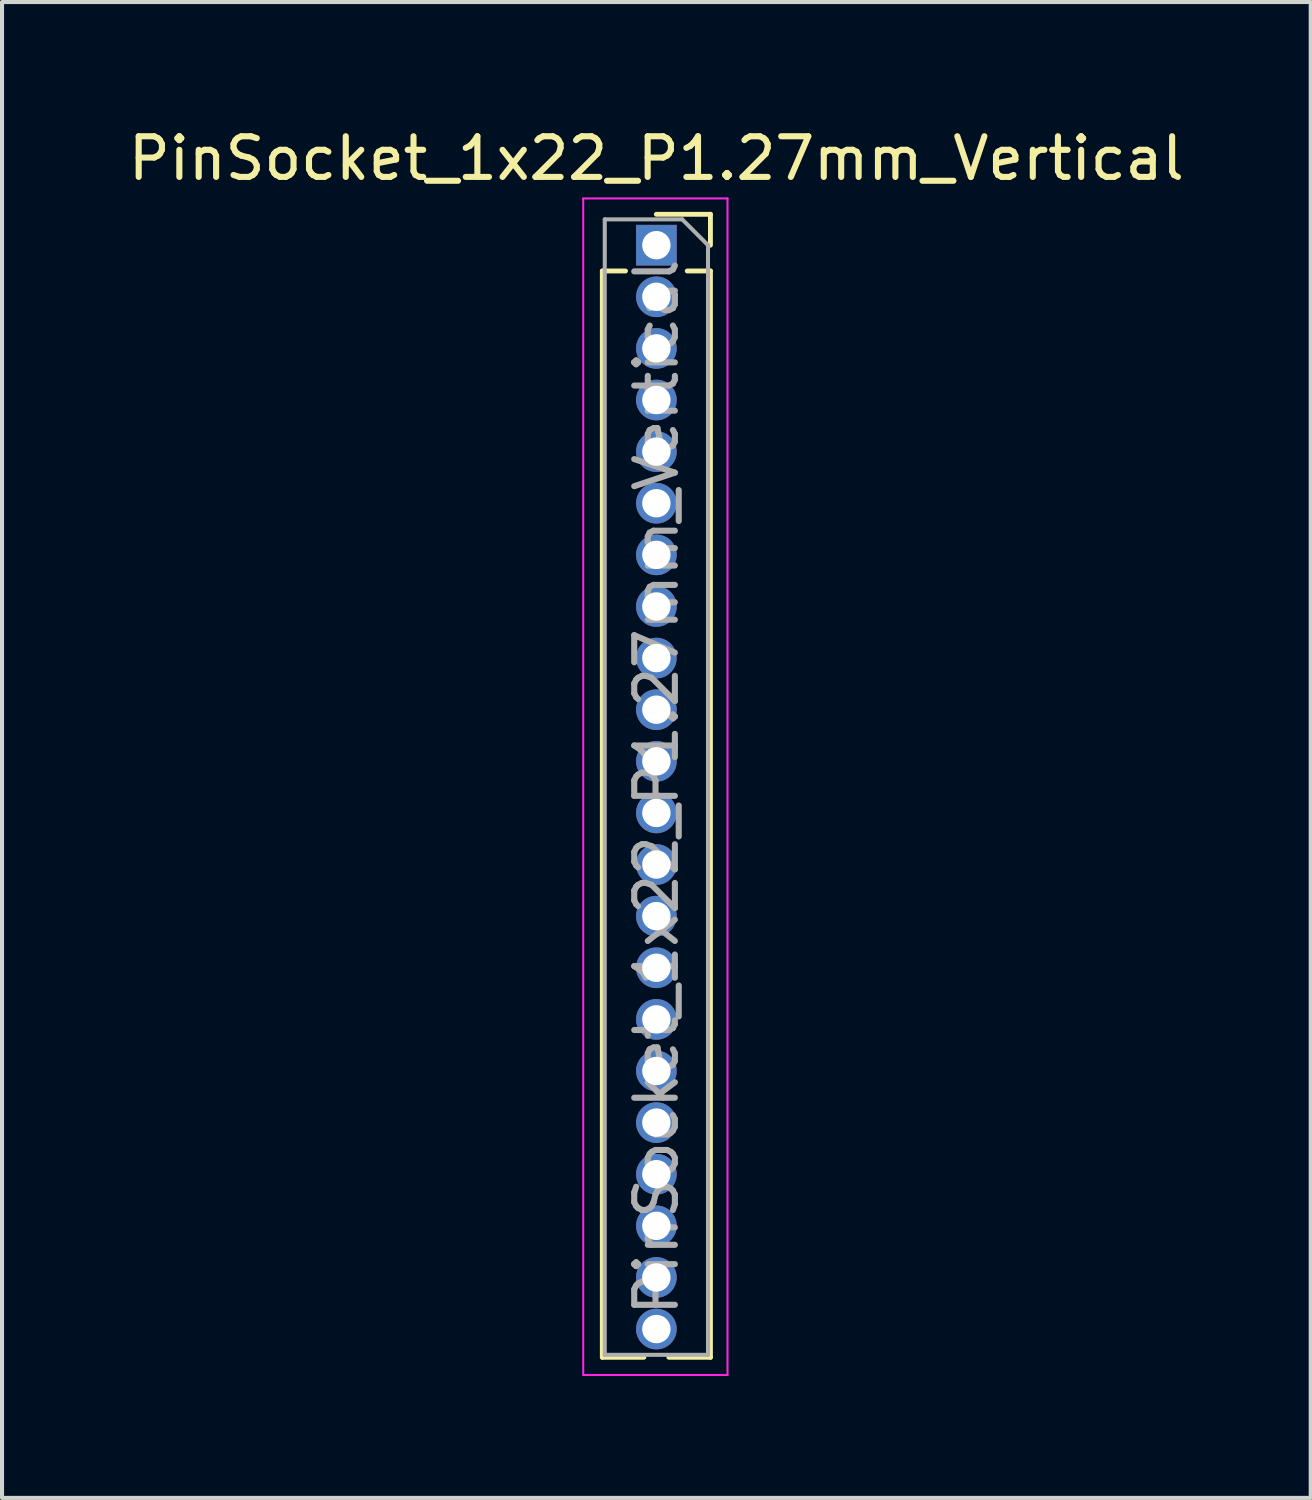
<source format=kicad_pcb>
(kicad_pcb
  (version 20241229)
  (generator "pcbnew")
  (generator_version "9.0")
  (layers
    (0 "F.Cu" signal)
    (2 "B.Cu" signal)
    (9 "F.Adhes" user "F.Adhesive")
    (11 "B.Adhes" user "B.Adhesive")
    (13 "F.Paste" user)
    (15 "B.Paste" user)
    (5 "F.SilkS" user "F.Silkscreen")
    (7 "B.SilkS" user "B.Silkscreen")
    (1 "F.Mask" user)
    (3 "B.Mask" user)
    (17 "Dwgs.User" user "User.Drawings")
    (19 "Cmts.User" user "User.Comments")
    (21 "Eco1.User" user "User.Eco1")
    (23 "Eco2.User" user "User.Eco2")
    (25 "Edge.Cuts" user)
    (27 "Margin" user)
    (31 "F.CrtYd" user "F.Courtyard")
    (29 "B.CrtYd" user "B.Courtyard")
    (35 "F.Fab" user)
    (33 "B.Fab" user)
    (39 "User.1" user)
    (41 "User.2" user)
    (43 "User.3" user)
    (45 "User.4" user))
  (footprint "PinSocket_1x22_P1.27mm_Vertical"
    (layer "F.Cu")
    (at 13.101 2.983)
    (property "Reference" "PinSocket_1x22_P1.27mm_Vertical" (at 0 -2.135 0) (layer "F.SilkS") (effects (font (size 1 1) (thickness 0.15))))
    (attr through_hole)
    (fp_line (start -1.33 0.635) (end -1.33 27.365) (stroke (width 0.12) (type solid)) (layer "F.SilkS"))
    (fp_line (start -1.33 0.635) (end -0.76 0.635) (stroke (width 0.12) (type solid)) (layer "F.SilkS"))
    (fp_line (start -1.33 27.365) (end -0.308 27.365) (stroke (width 0.12) (type solid)) (layer "F.SilkS"))
    (fp_line (start 0 -0.76) (end 1.33 -0.76) (stroke (width 0.12) (type solid)) (layer "F.SilkS"))
    (fp_line (start 0.308 27.365) (end 1.33 27.365) (stroke (width 0.12) (type solid)) (layer "F.SilkS"))
    (fp_line (start 0.76 0.635) (end 1.33 0.635) (stroke (width 0.12) (type solid)) (layer "F.SilkS"))
    (fp_line (start 1.33 -0.76) (end 1.33 0) (stroke (width 0.12) (type solid)) (layer "F.SilkS"))
    (fp_line (start 1.33 0.635) (end 1.33 27.365) (stroke (width 0.12) (type solid)) (layer "F.SilkS"))
    (fp_line (start -1.8 -1.15) (end 1.75 -1.15) (stroke (width 0.05) (type solid)) (layer "F.CrtYd"))
    (fp_line (start -1.8 27.8) (end -1.8 -1.15) (stroke (width 0.05) (type solid)) (layer "F.CrtYd"))
    (fp_line (start 1.75 -1.15) (end 1.75 27.8) (stroke (width 0.05) (type solid)) (layer "F.CrtYd"))
    (fp_line (start 1.75 27.8) (end -1.8 27.8) (stroke (width 0.05) (type solid)) (layer "F.CrtYd"))
    (fp_line (start -1.27 -0.635) (end 0.635 -0.635) (stroke (width 0.1) (type solid)) (layer "F.Fab"))
    (fp_line (start -1.27 27.305) (end -1.27 -0.635) (stroke (width 0.1) (type solid)) (layer "F.Fab"))
    (fp_line (start 0.635 -0.635) (end 1.27 0) (stroke (width 0.1) (type solid)) (layer "F.Fab"))
    (fp_line (start 1.27 0) (end 1.27 27.305) (stroke (width 0.1) (type solid)) (layer "F.Fab"))
    (fp_line (start 1.27 27.305) (end -1.27 27.305) (stroke (width 0.1) (type solid)) (layer "F.Fab"))
    (fp_text user "${REFERENCE}" (at 0 13.335 90) (layer "F.Fab") (effects (font (size 1 1) (thickness 0.15))))
    (pad "1" thru_hole rect (at 0 0) (size 1 1) (drill 0.7) (layers "*.Cu" "*.Mask"))
    (pad "2" thru_hole circle (at 0 1.27) (size 1 1) (drill 0.7) (layers "*.Cu" "*.Mask"))
    (pad "3" thru_hole circle (at 0 2.54) (size 1 1) (drill 0.7) (layers "*.Cu" "*.Mask"))
    (pad "4" thru_hole circle (at 0 3.81) (size 1 1) (drill 0.7) (layers "*.Cu" "*.Mask"))
    (pad "5" thru_hole circle (at 0 5.08) (size 1 1) (drill 0.7) (layers "*.Cu" "*.Mask"))
    (pad "6" thru_hole circle (at 0 6.35) (size 1 1) (drill 0.7) (layers "*.Cu" "*.Mask"))
    (pad "7" thru_hole circle (at 0 7.62) (size 1 1) (drill 0.7) (layers "*.Cu" "*.Mask"))
    (pad "8" thru_hole circle (at 0 8.89) (size 1 1) (drill 0.7) (layers "*.Cu" "*.Mask"))
    (pad "9" thru_hole circle (at 0 10.16) (size 1 1) (drill 0.7) (layers "*.Cu" "*.Mask"))
    (pad "10" thru_hole circle (at 0 11.43) (size 1 1) (drill 0.7) (layers "*.Cu" "*.Mask"))
    (pad "11" thru_hole circle (at 0 12.7) (size 1 1) (drill 0.7) (layers "*.Cu" "*.Mask"))
    (pad "12" thru_hole circle (at 0 13.97) (size 1 1) (drill 0.7) (layers "*.Cu" "*.Mask"))
    (pad "13" thru_hole circle (at 0 15.24) (size 1 1) (drill 0.7) (layers "*.Cu" "*.Mask"))
    (pad "14" thru_hole circle (at 0 16.51) (size 1 1) (drill 0.7) (layers "*.Cu" "*.Mask"))
    (pad "15" thru_hole circle (at 0 17.78) (size 1 1) (drill 0.7) (layers "*.Cu" "*.Mask"))
    (pad "16" thru_hole circle (at 0 19.05) (size 1 1) (drill 0.7) (layers "*.Cu" "*.Mask"))
    (pad "17" thru_hole circle (at 0 20.32) (size 1 1) (drill 0.7) (layers "*.Cu" "*.Mask"))
    (pad "18" thru_hole circle (at 0 21.59) (size 1 1) (drill 0.7) (layers "*.Cu" "*.Mask"))
    (pad "19" thru_hole circle (at 0 22.86) (size 1 1) (drill 0.7) (layers "*.Cu" "*.Mask"))
    (pad "20" thru_hole circle (at 0 24.13) (size 1 1) (drill 0.7) (layers "*.Cu" "*.Mask"))
    (pad "21" thru_hole circle (at 0 25.4) (size 1 1) (drill 0.7) (layers "*.Cu" "*.Mask"))
    (pad "22" thru_hole circle (at 0 26.67) (size 1 1) (drill 0.7) (layers "*.Cu" "*.Mask")))
  (gr_rect
    (start -3 -3)
    (end 29.202 33.808)
    (stroke (width 0.1) (type default))
    (fill no)
    (layer "Edge.Cuts")))
</source>
